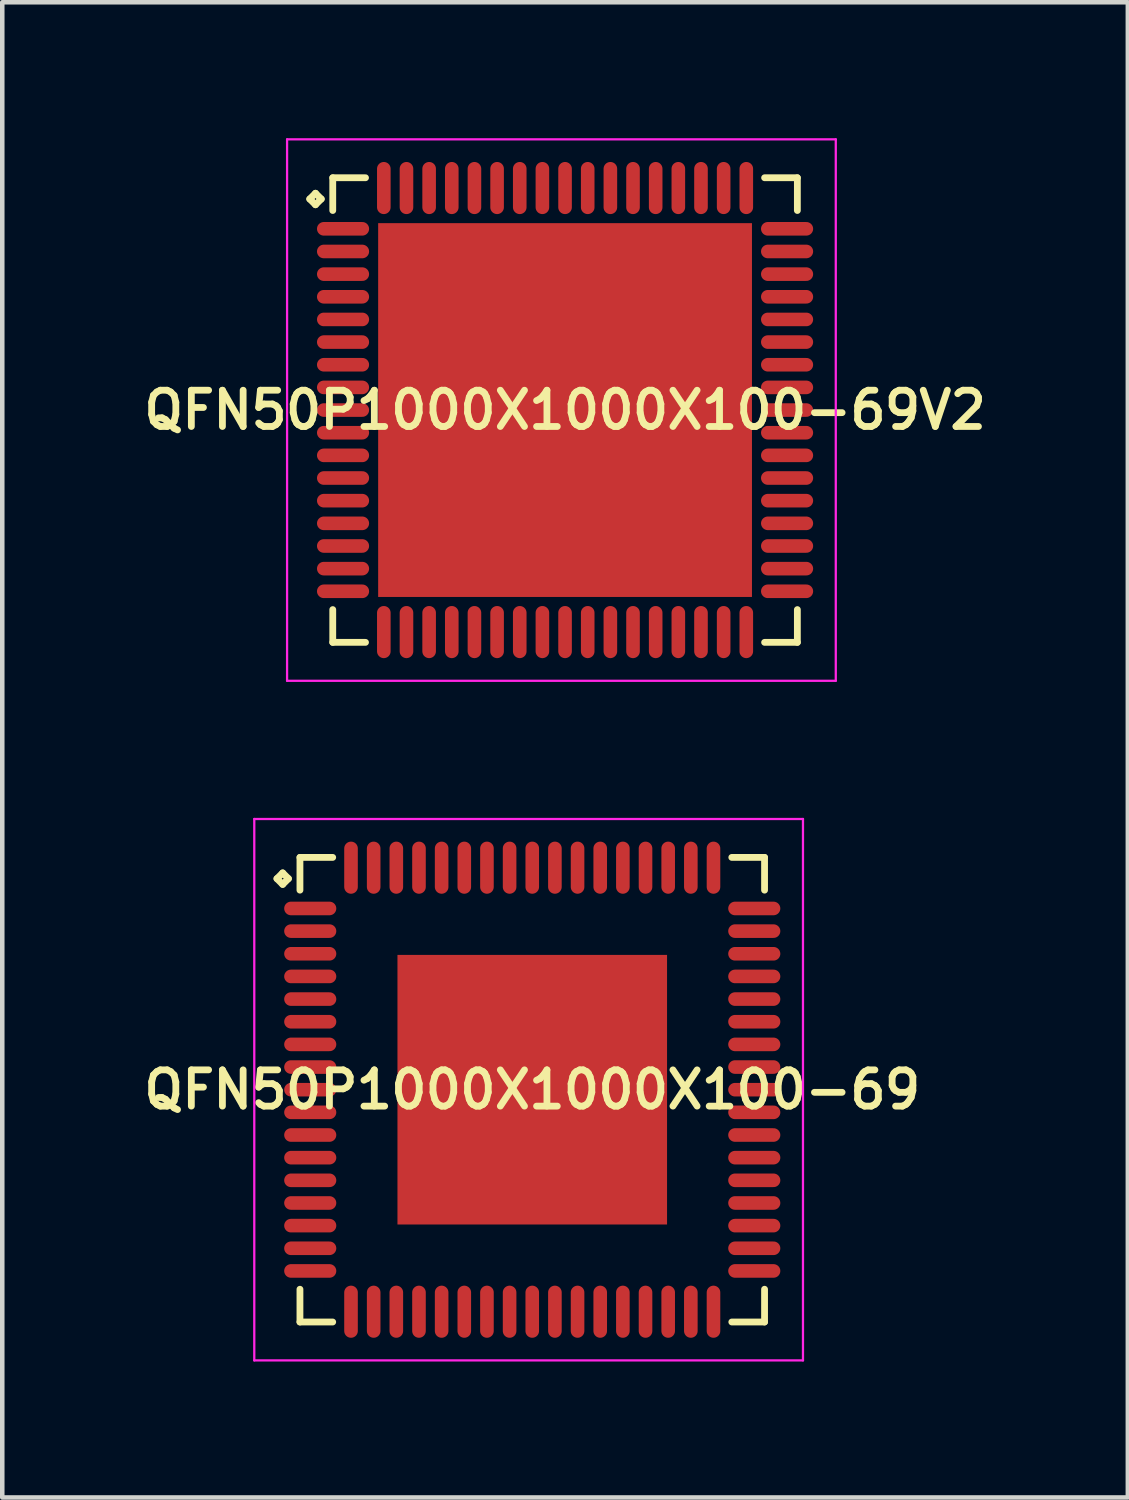
<source format=kicad_pcb>
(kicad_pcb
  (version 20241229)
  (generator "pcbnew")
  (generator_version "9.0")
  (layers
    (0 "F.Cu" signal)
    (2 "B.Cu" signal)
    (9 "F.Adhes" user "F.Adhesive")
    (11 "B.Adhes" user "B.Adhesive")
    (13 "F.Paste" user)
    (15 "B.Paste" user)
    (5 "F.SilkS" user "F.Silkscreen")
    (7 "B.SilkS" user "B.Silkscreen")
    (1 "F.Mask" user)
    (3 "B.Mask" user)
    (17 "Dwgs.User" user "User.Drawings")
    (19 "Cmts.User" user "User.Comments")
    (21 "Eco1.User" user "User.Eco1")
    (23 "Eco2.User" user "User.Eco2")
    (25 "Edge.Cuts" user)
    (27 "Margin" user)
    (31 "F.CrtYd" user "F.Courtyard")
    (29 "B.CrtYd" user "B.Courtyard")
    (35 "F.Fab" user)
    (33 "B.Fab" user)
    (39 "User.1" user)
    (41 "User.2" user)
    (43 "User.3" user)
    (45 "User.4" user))
  (footprint "QFN50P1000X1000X100-69"
    (layer "F.Cu")
    (at 8.697 21)
    (property "Reference" "QFN50P1000X1000X100-69" (at 0 0 0) (layer "F.SilkS") (effects (font (size 0.8 0.8) (thickness 0.15))))
    (attr smd)
    (fp_line (start -5.635 -4.658) (end -5.508 -4.785) (stroke (width 0.15) (type solid)) (layer "F.SilkS"))
    (fp_line (start -5.508 -4.785) (end -5.381 -4.658) (stroke (width 0.15) (type solid)) (layer "F.SilkS"))
    (fp_line (start -5.508 -4.531) (end -5.635 -4.658) (stroke (width 0.15) (type solid)) (layer "F.SilkS"))
    (fp_line (start -5.381 -4.658) (end -5.508 -4.531) (stroke (width 0.15) (type solid)) (layer "F.SilkS"))
    (fp_line (start -5.127 -5.127) (end -4.404 -5.127) (stroke (width 0.15) (type solid)) (layer "F.SilkS"))
    (fp_line (start -5.127 -4.404) (end -5.127 -5.127) (stroke (width 0.15) (type solid)) (layer "F.SilkS"))
    (fp_line (start -5.127 4.404) (end -5.127 5.127) (stroke (width 0.15) (type solid)) (layer "F.SilkS"))
    (fp_line (start -5.127 5.127) (end -4.404 5.127) (stroke (width 0.15) (type solid)) (layer "F.SilkS"))
    (fp_line (start 4.404 -5.127) (end 5.127 -5.127) (stroke (width 0.15) (type solid)) (layer "F.SilkS"))
    (fp_line (start 4.404 5.127) (end 5.127 5.127) (stroke (width 0.15) (type solid)) (layer "F.SilkS"))
    (fp_line (start 5.127 -5.127) (end 5.127 -4.404) (stroke (width 0.15) (type solid)) (layer "F.SilkS"))
    (fp_line (start 5.127 5.127) (end 5.127 4.404) (stroke (width 0.15) (type solid)) (layer "F.SilkS"))
    (fp_line (start -6.135 -5.975) (end 5.975 -5.975) (stroke (width 0.05) (type solid)) (layer "F.CrtYd"))
    (fp_line (start -6.135 5.975) (end -6.135 -5.975) (stroke (width 0.05) (type solid)) (layer "F.CrtYd"))
    (fp_line (start 5.975 -5.975) (end 5.975 5.975) (stroke (width 0.05) (type solid)) (layer "F.CrtYd"))
    (fp_line (start 5.975 5.975) (end -6.135 5.975) (stroke (width 0.05) (type solid)) (layer "F.CrtYd"))
    (pad "1" smd oval (at -4.9 -4) (size 1.15 0.3) (layers "F.Cu" "F.Mask" "F.Paste"))
    (pad "2" smd oval (at -4.9 -3.5) (size 1.15 0.3) (layers "F.Cu" "F.Mask" "F.Paste"))
    (pad "3" smd oval (at -4.9 -3) (size 1.15 0.3) (layers "F.Cu" "F.Mask" "F.Paste"))
    (pad "4" smd oval (at -4.9 -2.5) (size 1.15 0.3) (layers "F.Cu" "F.Mask" "F.Paste"))
    (pad "5" smd oval (at -4.9 -2) (size 1.15 0.3) (layers "F.Cu" "F.Mask" "F.Paste"))
    (pad "6" smd oval (at -4.9 -1.5) (size 1.15 0.3) (layers "F.Cu" "F.Mask" "F.Paste"))
    (pad "7" smd oval (at -4.9 -1) (size 1.15 0.3) (layers "F.Cu" "F.Mask" "F.Paste"))
    (pad "8" smd oval (at -4.9 -0.5) (size 1.15 0.3) (layers "F.Cu" "F.Mask" "F.Paste"))
    (pad "9" smd oval (at -4.9 0) (size 1.15 0.3) (layers "F.Cu" "F.Mask" "F.Paste"))
    (pad "10" smd oval (at -4.9 0.5) (size 1.15 0.3) (layers "F.Cu" "F.Mask" "F.Paste"))
    (pad "11" smd oval (at -4.9 1) (size 1.15 0.3) (layers "F.Cu" "F.Mask" "F.Paste"))
    (pad "12" smd oval (at -4.9 1.5) (size 1.15 0.3) (layers "F.Cu" "F.Mask" "F.Paste"))
    (pad "13" smd oval (at -4.9 2) (size 1.15 0.3) (layers "F.Cu" "F.Mask" "F.Paste"))
    (pad "14" smd oval (at -4.9 2.5) (size 1.15 0.3) (layers "F.Cu" "F.Mask" "F.Paste"))
    (pad "15" smd oval (at -4.9 3) (size 1.15 0.3) (layers "F.Cu" "F.Mask" "F.Paste"))
    (pad "16" smd oval (at -4.9 3.5) (size 1.15 0.3) (layers "F.Cu" "F.Mask" "F.Paste"))
    (pad "17" smd oval (at -4.9 4) (size 1.15 0.3) (layers "F.Cu" "F.Mask" "F.Paste"))
    (pad "18" smd oval (at -4 4.9) (size 0.3 1.15) (layers "F.Cu" "F.Mask" "F.Paste"))
    (pad "19" smd oval (at -3.5 4.9) (size 0.3 1.15) (layers "F.Cu" "F.Mask" "F.Paste"))
    (pad "20" smd oval (at -3 4.9) (size 0.3 1.15) (layers "F.Cu" "F.Mask" "F.Paste"))
    (pad "21" smd oval (at -2.5 4.9) (size 0.3 1.15) (layers "F.Cu" "F.Mask" "F.Paste"))
    (pad "22" smd oval (at -2 4.9) (size 0.3 1.15) (layers "F.Cu" "F.Mask" "F.Paste"))
    (pad "23" smd oval (at -1.5 4.9) (size 0.3 1.15) (layers "F.Cu" "F.Mask" "F.Paste"))
    (pad "24" smd oval (at -1 4.9) (size 0.3 1.15) (layers "F.Cu" "F.Mask" "F.Paste"))
    (pad "25" smd oval (at -0.5 4.9) (size 0.3 1.15) (layers "F.Cu" "F.Mask" "F.Paste"))
    (pad "26" smd oval (at 0 4.9) (size 0.3 1.15) (layers "F.Cu" "F.Mask" "F.Paste"))
    (pad "27" smd oval (at 0.5 4.9) (size 0.3 1.15) (layers "F.Cu" "F.Mask" "F.Paste"))
    (pad "28" smd oval (at 1 4.9) (size 0.3 1.15) (layers "F.Cu" "F.Mask" "F.Paste"))
    (pad "29" smd oval (at 1.5 4.9) (size 0.3 1.15) (layers "F.Cu" "F.Mask" "F.Paste"))
    (pad "30" smd oval (at 2 4.9) (size 0.3 1.15) (layers "F.Cu" "F.Mask" "F.Paste"))
    (pad "31" smd oval (at 2.5 4.9) (size 0.3 1.15) (layers "F.Cu" "F.Mask" "F.Paste"))
    (pad "32" smd oval (at 3 4.9) (size 0.3 1.15) (layers "F.Cu" "F.Mask" "F.Paste"))
    (pad "33" smd oval (at 3.5 4.9) (size 0.3 1.15) (layers "F.Cu" "F.Mask" "F.Paste"))
    (pad "34" smd oval (at 4 4.9) (size 0.3 1.15) (layers "F.Cu" "F.Mask" "F.Paste"))
    (pad "35" smd oval (at 4.9 4) (size 1.15 0.3) (layers "F.Cu" "F.Mask" "F.Paste"))
    (pad "36" smd oval (at 4.9 3.5) (size 1.15 0.3) (layers "F.Cu" "F.Mask" "F.Paste"))
    (pad "37" smd oval (at 4.9 3) (size 1.15 0.3) (layers "F.Cu" "F.Mask" "F.Paste"))
    (pad "38" smd oval (at 4.9 2.5) (size 1.15 0.3) (layers "F.Cu" "F.Mask" "F.Paste"))
    (pad "39" smd oval (at 4.9 2) (size 1.15 0.3) (layers "F.Cu" "F.Mask" "F.Paste"))
    (pad "40" smd oval (at 4.9 1.5) (size 1.15 0.3) (layers "F.Cu" "F.Mask" "F.Paste"))
    (pad "41" smd oval (at 4.9 1) (size 1.15 0.3) (layers "F.Cu" "F.Mask" "F.Paste"))
    (pad "42" smd oval (at 4.9 0.5) (size 1.15 0.3) (layers "F.Cu" "F.Mask" "F.Paste"))
    (pad "43" smd oval (at 4.9 0) (size 1.15 0.3) (layers "F.Cu" "F.Mask" "F.Paste"))
    (pad "44" smd oval (at 4.9 -0.5) (size 1.15 0.3) (layers "F.Cu" "F.Mask" "F.Paste"))
    (pad "45" smd oval (at 4.9 -1) (size 1.15 0.3) (layers "F.Cu" "F.Mask" "F.Paste"))
    (pad "46" smd oval (at 4.9 -1.5) (size 1.15 0.3) (layers "F.Cu" "F.Mask" "F.Paste"))
    (pad "47" smd oval (at 4.9 -2) (size 1.15 0.3) (layers "F.Cu" "F.Mask" "F.Paste"))
    (pad "48" smd oval (at 4.9 -2.5) (size 1.15 0.3) (layers "F.Cu" "F.Mask" "F.Paste"))
    (pad "49" smd oval (at 4.9 -3) (size 1.15 0.3) (layers "F.Cu" "F.Mask" "F.Paste"))
    (pad "50" smd oval (at 4.9 -3.5) (size 1.15 0.3) (layers "F.Cu" "F.Mask" "F.Paste"))
    (pad "51" smd oval (at 4.9 -4) (size 1.15 0.3) (layers "F.Cu" "F.Mask" "F.Paste"))
    (pad "52" smd oval (at 4 -4.9) (size 0.3 1.15) (layers "F.Cu" "F.Mask" "F.Paste"))
    (pad "53" smd oval (at 3.5 -4.9) (size 0.3 1.15) (layers "F.Cu" "F.Mask" "F.Paste"))
    (pad "54" smd oval (at 3 -4.9) (size 0.3 1.15) (layers "F.Cu" "F.Mask" "F.Paste"))
    (pad "55" smd oval (at 2.5 -4.9) (size 0.3 1.15) (layers "F.Cu" "F.Mask" "F.Paste"))
    (pad "56" smd oval (at 2 -4.9) (size 0.3 1.15) (layers "F.Cu" "F.Mask" "F.Paste"))
    (pad "57" smd oval (at 1.5 -4.9) (size 0.3 1.15) (layers "F.Cu" "F.Mask" "F.Paste"))
    (pad "58" smd oval (at 1 -4.9) (size 0.3 1.15) (layers "F.Cu" "F.Mask" "F.Paste"))
    (pad "59" smd oval (at 0.5 -4.9) (size 0.3 1.15) (layers "F.Cu" "F.Mask" "F.Paste"))
    (pad "60" smd oval (at 0 -4.9) (size 0.3 1.15) (layers "F.Cu" "F.Mask" "F.Paste"))
    (pad "61" smd oval (at -0.5 -4.9) (size 0.3 1.15) (layers "F.Cu" "F.Mask" "F.Paste"))
    (pad "62" smd oval (at -1 -4.9) (size 0.3 1.15) (layers "F.Cu" "F.Mask" "F.Paste"))
    (pad "63" smd oval (at -1.5 -4.9) (size 0.3 1.15) (layers "F.Cu" "F.Mask" "F.Paste"))
    (pad "64" smd oval (at -2 -4.9) (size 0.3 1.15) (layers "F.Cu" "F.Mask" "F.Paste"))
    (pad "65" smd oval (at -2.5 -4.9) (size 0.3 1.15) (layers "F.Cu" "F.Mask" "F.Paste"))
    (pad "66" smd oval (at -3 -4.9) (size 0.3 1.15) (layers "F.Cu" "F.Mask" "F.Paste"))
    (pad "67" smd oval (at -3.5 -4.9) (size 0.3 1.15) (layers "F.Cu" "F.Mask" "F.Paste"))
    (pad "68" smd oval (at -4 -4.9) (size 0.3 1.15) (layers "F.Cu" "F.Mask" "F.Paste"))
    (pad "69" smd rect (at 0 0) (size 5.95 5.95) (layers "F.Cu" "F.Mask" "F.Paste")))
  (footprint "QFN50P1000X1000X100-69V2"
    (layer "F.Cu")
    (at 9.421 6)
    (property "Reference" "QFN50P1000X1000X100-69V2" (at 0 0 0) (layer "F.SilkS") (effects (font (size 0.8 0.8) (thickness 0.15))))
    (attr smd)
    (fp_line (start -5.635 -4.658) (end -5.508 -4.785) (stroke (width 0.15) (type solid)) (layer "F.SilkS"))
    (fp_line (start -5.508 -4.785) (end -5.381 -4.658) (stroke (width 0.15) (type solid)) (layer "F.SilkS"))
    (fp_line (start -5.508 -4.531) (end -5.635 -4.658) (stroke (width 0.15) (type solid)) (layer "F.SilkS"))
    (fp_line (start -5.381 -4.658) (end -5.508 -4.531) (stroke (width 0.15) (type solid)) (layer "F.SilkS"))
    (fp_line (start -5.127 -5.127) (end -4.404 -5.127) (stroke (width 0.15) (type solid)) (layer "F.SilkS"))
    (fp_line (start -5.127 -4.404) (end -5.127 -5.127) (stroke (width 0.15) (type solid)) (layer "F.SilkS"))
    (fp_line (start -5.127 4.404) (end -5.127 5.127) (stroke (width 0.15) (type solid)) (layer "F.SilkS"))
    (fp_line (start -5.127 5.127) (end -4.404 5.127) (stroke (width 0.15) (type solid)) (layer "F.SilkS"))
    (fp_line (start 4.404 -5.127) (end 5.127 -5.127) (stroke (width 0.15) (type solid)) (layer "F.SilkS"))
    (fp_line (start 4.404 5.127) (end 5.127 5.127) (stroke (width 0.15) (type solid)) (layer "F.SilkS"))
    (fp_line (start 5.127 -5.127) (end 5.127 -4.404) (stroke (width 0.15) (type solid)) (layer "F.SilkS"))
    (fp_line (start 5.127 5.127) (end 5.127 4.404) (stroke (width 0.15) (type solid)) (layer "F.SilkS"))
    (fp_line (start -6.135 -5.975) (end 5.975 -5.975) (stroke (width 0.05) (type solid)) (layer "F.CrtYd"))
    (fp_line (start -6.135 5.975) (end -6.135 -5.975) (stroke (width 0.05) (type solid)) (layer "F.CrtYd"))
    (fp_line (start 5.975 -5.975) (end 5.975 5.975) (stroke (width 0.05) (type solid)) (layer "F.CrtYd"))
    (fp_line (start 5.975 5.975) (end -6.135 5.975) (stroke (width 0.05) (type solid)) (layer "F.CrtYd"))
    (pad "1" smd oval (at -4.9 -4) (size 1.15 0.3) (layers "F.Cu" "F.Mask" "F.Paste"))
    (pad "2" smd oval (at -4.9 -3.5) (size 1.15 0.3) (layers "F.Cu" "F.Mask" "F.Paste"))
    (pad "3" smd oval (at -4.9 -3) (size 1.15 0.3) (layers "F.Cu" "F.Mask" "F.Paste"))
    (pad "4" smd oval (at -4.9 -2.5) (size 1.15 0.3) (layers "F.Cu" "F.Mask" "F.Paste"))
    (pad "5" smd oval (at -4.9 -2) (size 1.15 0.3) (layers "F.Cu" "F.Mask" "F.Paste"))
    (pad "6" smd oval (at -4.9 -1.5) (size 1.15 0.3) (layers "F.Cu" "F.Mask" "F.Paste"))
    (pad "7" smd oval (at -4.9 -1) (size 1.15 0.3) (layers "F.Cu" "F.Mask" "F.Paste"))
    (pad "8" smd oval (at -4.9 -0.5) (size 1.15 0.3) (layers "F.Cu" "F.Mask" "F.Paste"))
    (pad "9" smd oval (at -4.9 0) (size 1.15 0.3) (layers "F.Cu" "F.Mask" "F.Paste"))
    (pad "10" smd oval (at -4.9 0.5) (size 1.15 0.3) (layers "F.Cu" "F.Mask" "F.Paste"))
    (pad "11" smd oval (at -4.9 1) (size 1.15 0.3) (layers "F.Cu" "F.Mask" "F.Paste"))
    (pad "12" smd oval (at -4.9 1.5) (size 1.15 0.3) (layers "F.Cu" "F.Mask" "F.Paste"))
    (pad "13" smd oval (at -4.9 2) (size 1.15 0.3) (layers "F.Cu" "F.Mask" "F.Paste"))
    (pad "14" smd oval (at -4.9 2.5) (size 1.15 0.3) (layers "F.Cu" "F.Mask" "F.Paste"))
    (pad "15" smd oval (at -4.9 3) (size 1.15 0.3) (layers "F.Cu" "F.Mask" "F.Paste"))
    (pad "16" smd oval (at -4.9 3.5) (size 1.15 0.3) (layers "F.Cu" "F.Mask" "F.Paste"))
    (pad "17" smd oval (at -4.9 4) (size 1.15 0.3) (layers "F.Cu" "F.Mask" "F.Paste"))
    (pad "18" smd oval (at -4 4.9) (size 0.3 1.15) (layers "F.Cu" "F.Mask" "F.Paste"))
    (pad "19" smd oval (at -3.5 4.9) (size 0.3 1.15) (layers "F.Cu" "F.Mask" "F.Paste"))
    (pad "20" smd oval (at -3 4.9) (size 0.3 1.15) (layers "F.Cu" "F.Mask" "F.Paste"))
    (pad "21" smd oval (at -2.5 4.9) (size 0.3 1.15) (layers "F.Cu" "F.Mask" "F.Paste"))
    (pad "22" smd oval (at -2 4.9) (size 0.3 1.15) (layers "F.Cu" "F.Mask" "F.Paste"))
    (pad "23" smd oval (at -1.5 4.9) (size 0.3 1.15) (layers "F.Cu" "F.Mask" "F.Paste"))
    (pad "24" smd oval (at -1 4.9) (size 0.3 1.15) (layers "F.Cu" "F.Mask" "F.Paste"))
    (pad "25" smd oval (at -0.5 4.9) (size 0.3 1.15) (layers "F.Cu" "F.Mask" "F.Paste"))
    (pad "26" smd oval (at 0 4.9) (size 0.3 1.15) (layers "F.Cu" "F.Mask" "F.Paste"))
    (pad "27" smd oval (at 0.5 4.9) (size 0.3 1.15) (layers "F.Cu" "F.Mask" "F.Paste"))
    (pad "28" smd oval (at 1 4.9) (size 0.3 1.15) (layers "F.Cu" "F.Mask" "F.Paste"))
    (pad "29" smd oval (at 1.5 4.9) (size 0.3 1.15) (layers "F.Cu" "F.Mask" "F.Paste"))
    (pad "30" smd oval (at 2 4.9) (size 0.3 1.15) (layers "F.Cu" "F.Mask" "F.Paste"))
    (pad "31" smd oval (at 2.5 4.9) (size 0.3 1.15) (layers "F.Cu" "F.Mask" "F.Paste"))
    (pad "32" smd oval (at 3 4.9) (size 0.3 1.15) (layers "F.Cu" "F.Mask" "F.Paste"))
    (pad "33" smd oval (at 3.5 4.9) (size 0.3 1.15) (layers "F.Cu" "F.Mask" "F.Paste"))
    (pad "34" smd oval (at 4 4.9) (size 0.3 1.15) (layers "F.Cu" "F.Mask" "F.Paste"))
    (pad "35" smd oval (at 4.9 4) (size 1.15 0.3) (layers "F.Cu" "F.Mask" "F.Paste"))
    (pad "36" smd oval (at 4.9 3.5) (size 1.15 0.3) (layers "F.Cu" "F.Mask" "F.Paste"))
    (pad "37" smd oval (at 4.9 3) (size 1.15 0.3) (layers "F.Cu" "F.Mask" "F.Paste"))
    (pad "38" smd oval (at 4.9 2.5) (size 1.15 0.3) (layers "F.Cu" "F.Mask" "F.Paste"))
    (pad "39" smd oval (at 4.9 2) (size 1.15 0.3) (layers "F.Cu" "F.Mask" "F.Paste"))
    (pad "40" smd oval (at 4.9 1.5) (size 1.15 0.3) (layers "F.Cu" "F.Mask" "F.Paste"))
    (pad "41" smd oval (at 4.9 1) (size 1.15 0.3) (layers "F.Cu" "F.Mask" "F.Paste"))
    (pad "42" smd oval (at 4.9 0.5) (size 1.15 0.3) (layers "F.Cu" "F.Mask" "F.Paste"))
    (pad "43" smd oval (at 4.9 0) (size 1.15 0.3) (layers "F.Cu" "F.Mask" "F.Paste"))
    (pad "44" smd oval (at 4.9 -0.5) (size 1.15 0.3) (layers "F.Cu" "F.Mask" "F.Paste"))
    (pad "45" smd oval (at 4.9 -1) (size 1.15 0.3) (layers "F.Cu" "F.Mask" "F.Paste"))
    (pad "46" smd oval (at 4.9 -1.5) (size 1.15 0.3) (layers "F.Cu" "F.Mask" "F.Paste"))
    (pad "47" smd oval (at 4.9 -2) (size 1.15 0.3) (layers "F.Cu" "F.Mask" "F.Paste"))
    (pad "48" smd oval (at 4.9 -2.5) (size 1.15 0.3) (layers "F.Cu" "F.Mask" "F.Paste"))
    (pad "49" smd oval (at 4.9 -3) (size 1.15 0.3) (layers "F.Cu" "F.Mask" "F.Paste"))
    (pad "50" smd oval (at 4.9 -3.5) (size 1.15 0.3) (layers "F.Cu" "F.Mask" "F.Paste"))
    (pad "51" smd oval (at 4.9 -4) (size 1.15 0.3) (layers "F.Cu" "F.Mask" "F.Paste"))
    (pad "52" smd oval (at 4 -4.9) (size 0.3 1.15) (layers "F.Cu" "F.Mask" "F.Paste"))
    (pad "53" smd oval (at 3.5 -4.9) (size 0.3 1.15) (layers "F.Cu" "F.Mask" "F.Paste"))
    (pad "54" smd oval (at 3 -4.9) (size 0.3 1.15) (layers "F.Cu" "F.Mask" "F.Paste"))
    (pad "55" smd oval (at 2.5 -4.9) (size 0.3 1.15) (layers "F.Cu" "F.Mask" "F.Paste"))
    (pad "56" smd oval (at 2 -4.9) (size 0.3 1.15) (layers "F.Cu" "F.Mask" "F.Paste"))
    (pad "57" smd oval (at 1.5 -4.9) (size 0.3 1.15) (layers "F.Cu" "F.Mask" "F.Paste"))
    (pad "58" smd oval (at 1 -4.9) (size 0.3 1.15) (layers "F.Cu" "F.Mask" "F.Paste"))
    (pad "59" smd oval (at 0.5 -4.9) (size 0.3 1.15) (layers "F.Cu" "F.Mask" "F.Paste"))
    (pad "60" smd oval (at 0 -4.9) (size 0.3 1.15) (layers "F.Cu" "F.Mask" "F.Paste"))
    (pad "61" smd oval (at -0.5 -4.9) (size 0.3 1.15) (layers "F.Cu" "F.Mask" "F.Paste"))
    (pad "62" smd oval (at -1 -4.9) (size 0.3 1.15) (layers "F.Cu" "F.Mask" "F.Paste"))
    (pad "63" smd oval (at -1.5 -4.9) (size 0.3 1.15) (layers "F.Cu" "F.Mask" "F.Paste"))
    (pad "64" smd oval (at -2 -4.9) (size 0.3 1.15) (layers "F.Cu" "F.Mask" "F.Paste"))
    (pad "65" smd oval (at -2.5 -4.9) (size 0.3 1.15) (layers "F.Cu" "F.Mask" "F.Paste"))
    (pad "66" smd oval (at -3 -4.9) (size 0.3 1.15) (layers "F.Cu" "F.Mask" "F.Paste"))
    (pad "67" smd oval (at -3.5 -4.9) (size 0.3 1.15) (layers "F.Cu" "F.Mask" "F.Paste"))
    (pad "68" smd oval (at -4 -4.9) (size 0.3 1.15) (layers "F.Cu" "F.Mask" "F.Paste"))
    (pad "69" smd rect (at 0 0) (size 8.25 8.25) (layers "F.Cu" "F.Mask" "F.Paste")))
  (gr_rect
    (start -3 -3)
    (end 21.842 30)
    (stroke (width 0.1) (type default))
    (fill no)
    (layer "Edge.Cuts")))
</source>
